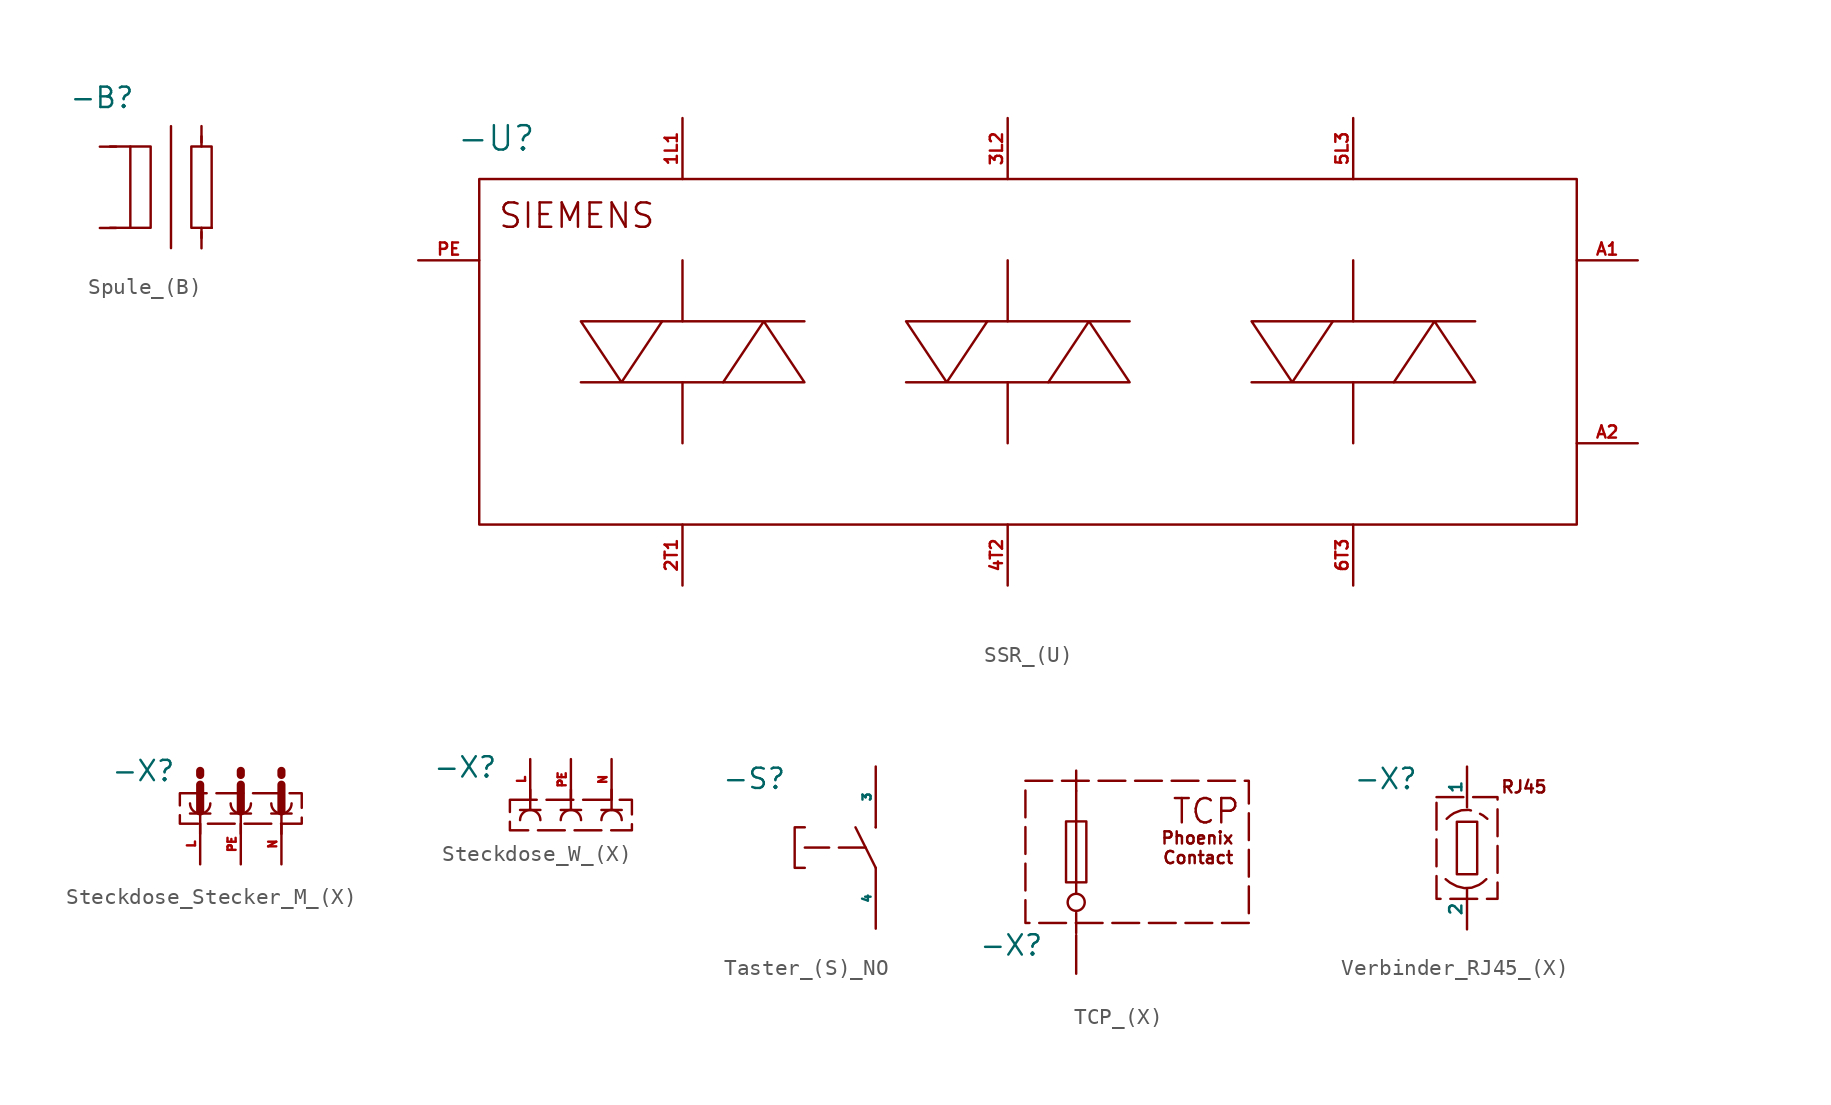
<source format=kicad_sym>
(kicad_symbol_lib
  (version 20241209)
  (generator "kicad_symbol_editor")
  (generator_version "9.0")
  (symbol "Spule_(B)"
    (property "Reference" "-B"
      (at -6.223 5.599 0)
      (effects (font (size 1.27 1.27))))
    (property "Value" ""
      (at 0 0 0)
      (effects (font (size 1.27 1.27))))
    (symbol "Spule_(B)_0_1"
      (polyline (pts (xy -1.905 3.821) (xy -1.905 -3.799)) (stroke (width 0) (type default)) (fill (type none)))
      (rectangle (start 0.635 -2.529) (end 0.635 -2.529) (stroke (width 0) (type default)) (fill (type none)))
      (rectangle (start 0.635 -2.529) (end 0.635 -2.529) (stroke (width 0) (type default)) (fill (type none))))
    (symbol "Spule_(B)_1_1"
      (rectangle (start -4.445 2.551) (end -3.175 -2.529) (stroke (width 0) (type solid)) (fill (type color) (color 0 0 0 0)))
      (polyline (pts (xy -4.445 2.551) (xy -5.715 2.551)) (stroke (width 0) (type default)) (fill (type none)))
      (polyline (pts (xy -4.445 -2.529) (xy -5.715 -2.529)) (stroke (width 0) (type default)) (fill (type none)))
      (rectangle (start -0.635 2.551) (end 0.635 -2.529) (stroke (width 0) (type solid)) (fill (type color) (color 0 0 0 0)))
      (polyline (pts (xy -0.0002 2.551) (xy -0.0002 3.186)) (stroke (width 0) (type default)) (fill (type none)))
      (polyline (pts (xy -0.0002 -2.529) (xy -0.0002 -3.164)) (stroke (width 0) (type default)) (fill (type none)))
      (pin unspecified line (at -6.35 2.54 0) (length 1.016) (name "" (effects (font (size 1.27 1.27)))) (number "" (effects (font (size 1.016 1.016)))))
      (pin unspecified line (at -6.35 -2.54 0) (length 1.016) (name "" (effects (font (size 1.27 1.27)))) (number "" (effects (font (size 1.016 1.016)))))
      (pin unspecified line (at 0 3.824 270) (length 1.016) (name "" (effects (font (size 1.27 1.27)))) (number "" (effects (font (size 1.016 1.016)))))
      (pin unspecified line (at 0 -3.81 90) (length 1.016) (name "" (effects (font (size 1.27 1.27)))) (number "" (effects (font (size 1.016 1.016)))))))
  (symbol "SSR_(U)"
    (pin_names
      (hide yes))
    (property "Reference" "-U"
      (at -29.464 12.7 0)
      (effects (font (size 1.524 1.524)) (justify right)))
    (property "Value" ""
      (at 0 0 0)
      (effects (font (size 1.27 1.27))))
    (symbol "SSR_(U)_0_1"
      (rectangle (start -33.02 10.16) (end 35.56 -11.43) (stroke (width 0) (type default)) (fill (type none)))
      (polyline (pts (xy -20.32 1.27) (xy -20.32 5.08)) (stroke (width 0) (type default)) (fill (type none)))
      (polyline (pts (xy -20.32 -2.54) (xy -20.32 -6.35)) (stroke (width 0) (type default)) (fill (type none)))
      (polyline (pts (xy 0 1.27) (xy 0 5.08)) (stroke (width 0) (type default)) (fill (type none)))
      (polyline (pts (xy 0 -2.54) (xy 0 -6.35)) (stroke (width 0) (type default)) (fill (type none)))
      (polyline (pts (xy 21.59 1.27) (xy 21.59 5.08)) (stroke (width 0) (type default)) (fill (type none)))
      (polyline (pts (xy 21.59 -2.54) (xy 21.59 -6.35)) (stroke (width 0) (type default)) (fill (type none))))
    (symbol "SSR_(U)_1_1"
      (polyline (pts (xy -17.78 -2.54) (xy -24.13 -2.54) (xy -26.67 1.27) (xy -21.59 1.27) (xy -24.13 -2.54) (xy -26.67 -2.54)) (stroke (width 0) (type solid)) (fill (type none)))
      (polyline (pts (xy -12.7 1.27) (xy -15.24 1.27) (xy -17.78 -2.54) (xy -12.7 -2.54) (xy -15.24 1.27) (xy -21.59 1.27)) (stroke (width 0) (type solid)) (fill (type none)))
      (polyline (pts (xy 2.54 -2.54) (xy -3.81 -2.54) (xy -6.35 1.27) (xy -1.27 1.27) (xy -3.81 -2.54) (xy -6.35 -2.54)) (stroke (width 0) (type solid)) (fill (type none)))
      (polyline (pts (xy 7.62 1.27) (xy 5.08 1.27) (xy 2.54 -2.54) (xy 7.62 -2.54) (xy 5.08 1.27) (xy -1.27 1.27)) (stroke (width 0) (type solid)) (fill (type none)))
      (polyline (pts (xy 24.13 -2.54) (xy 17.78 -2.54) (xy 15.24 1.27) (xy 20.32 1.27) (xy 17.78 -2.54) (xy 15.24 -2.54)) (stroke (width 0) (type solid)) (fill (type none)))
      (polyline (pts (xy 29.21 1.27) (xy 26.67 1.27) (xy 24.13 -2.54) (xy 29.21 -2.54) (xy 26.67 1.27) (xy 20.32 1.27)) (stroke (width 0) (type solid)) (fill (type none)))
      (text "SIEMENS" (at -26.924 7.874 0) (effects (font (size 1.524 1.524))))
      (pin passive line (at -36.83 5.08 0) (length 3.81) (name "PE" (effects (font (size 0.762 0.762)))) (number "PE" (effects (font (size 0.762 0.762)))))
      (pin passive line (at -20.32 13.97 270) (length 3.81) (name "1L1" (effects (font (size 0.762 0.762)))) (number "1L1" (effects (font (size 0.762 0.762)))))
      (pin passive line (at -20.32 -15.24 90) (length 3.81) (name "2T1" (effects (font (size 0.762 0.762)))) (number "2T1" (effects (font (size 0.762 0.762)))))
      (pin passive line (at 0 13.97 270) (length 3.81) (name "3L2" (effects (font (size 0.762 0.762)))) (number "3L2" (effects (font (size 0.762 0.762)))))
      (pin passive line (at 0 -15.24 90) (length 3.81) (name "4T2" (effects (font (size 0.762 0.762)))) (number "4T2" (effects (font (size 0.762 0.762)))))
      (pin passive line (at 21.59 13.97 270) (length 3.81) (name "5L3" (effects (font (size 0.762 0.762)))) (number "5L3" (effects (font (size 0.762 0.762)))))
      (pin passive line (at 21.59 -15.24 90) (length 3.81) (name "6T3" (effects (font (size 0.762 0.762)))) (number "6T3" (effects (font (size 0.762 0.762)))))
      (pin passive line (at 39.37 5.08 180) (length 3.81) (name "A1" (effects (font (size 0.762 0.762)))) (number "A1" (effects (font (size 0.762 0.762)))))
      (pin passive line (at 39.37 -6.35 180) (length 3.81) (name "A2" (effects (font (size 0.762 0.762)))) (number "A2" (effects (font (size 0.762 0.762)))))))
  (symbol "Steckdose_Stecker_M_(X)"
    (pin_names
      (offset 0)
      (hide yes))
    (property "Reference" "-X"
      (at -6.096 5.842 0)
      (effects (font (size 1.27 1.27))))
    (symbol "Steckdose_Stecker_M_(X)_0_1"
      (arc (start -1.905 3.81) (mid -2.54 3.175) (end -3.175 3.81) (stroke (width 0) (type default)) (fill (type none)))
      (polyline (pts (xy -2.54 3.175) (xy -2.54 1.905)) (stroke (width 0) (type default)) (fill (type none)))
      (polyline (pts (xy -1.905 3.175) (xy -3.175 3.175)) (stroke (width 0) (type default)) (fill (type none)))
      (arc (start 0.635 3.81) (mid 0 3.175) (end -0.635 3.81) (stroke (width 0) (type default)) (fill (type none)))
      (polyline (pts (xy 0 3.175) (xy 0 1.905)) (stroke (width 0) (type default)) (fill (type none)))
      (polyline (pts (xy 0.635 3.175) (xy -0.635 3.175)) (stroke (width 0) (type default)) (fill (type none)))
      (arc (start 3.175 3.81) (mid 2.54 3.175) (end 1.905 3.81) (stroke (width 0) (type default)) (fill (type none)))
      (polyline (pts (xy 2.54 3.175) (xy 2.54 1.905)) (stroke (width 0) (type default)) (fill (type none)))
      (polyline (pts (xy 3.175 3.175) (xy 1.905 3.175)) (stroke (width 0) (type default)) (fill (type none))))
    (symbol "Steckdose_Stecker_M_(X)_1_0"
      (pin unspecified line (at 0 6.35 270) (length 0) (hide yes) (name "PE" (effects (font (size 0.762 0.762)))) (number "PE" (effects (font (size 0.508 0.508))))))
    (symbol "Steckdose_Stecker_M_(X)_1_1"
      (rectangle (start -3.81 2.54) (end 3.81 4.445) (stroke (width 0) (type dash)) (fill (type none)))
      (polyline (pts (xy -2.54 3.302) (xy -2.54 5.842)) (stroke (width 0.508) (type solid)) (fill (type outline)))
      (polyline (pts (xy 0 3.302) (xy 0 5.842)) (stroke (width 0.508) (type solid)) (fill (type outline)))
      (polyline (pts (xy 2.54 3.302) (xy 2.54 5.842)) (stroke (width 0.508) (type solid)) (fill (type outline)))
      (pin unspecified line (at -2.54 6.35 270) (length 0) (hide yes) (name "L" (effects (font (size 0.762 0.762)))) (number "L" (effects (font (size 0.508 0.508)))))
      (pin unspecified line (at -2.54 0 90) (length 2.54) (name "L" (effects (font (size 0.762 0.762)))) (number "L" (effects (font (size 0.508 0.508)))))
      (pin unspecified line (at 0 0 90) (length 2.54) (name "PE" (effects (font (size 0.762 0.762)))) (number "PE" (effects (font (size 0.508 0.508)))))
      (pin unspecified line (at 2.54 6.35 270) (length 0) (hide yes) (name "N" (effects (font (size 0.762 0.762)))) (number "N" (effects (font (size 0.508 0.508)))))
      (pin unspecified line (at 2.54 0 90) (length 2.54) (name "N" (effects (font (size 0.762 0.762)))) (number "N" (effects (font (size 0.508 0.508)))))))
  (symbol "Steckdose_W_(X)"
    (power)
    (pin_names
      (offset 0)
      (hide yes))
    (property "Reference" "-X"
      (at -6.604 3.302 0)
      (effects (font (size 1.27 1.27))))
    (symbol "Steckdose_W_(X)_0_1"
      (polyline (pts (xy -2.54 0.635) (xy -2.54 1.905)) (stroke (width 0) (type default)) (fill (type none)))
      (arc (start -3.175 0) (mid -2.54 0.635) (end -1.905 0) (stroke (width 0) (type default)) (fill (type none)))
      (polyline (pts (xy -1.905 0.635) (xy -3.175 0.635)) (stroke (width 0) (type default)) (fill (type none)))
      (polyline (pts (xy 0 0.635) (xy 0 1.905)) (stroke (width 0) (type default)) (fill (type none)))
      (arc (start -0.635 0) (mid 0 0.635) (end 0.635 0) (stroke (width 0) (type default)) (fill (type none)))
      (polyline (pts (xy 0.635 0.635) (xy -0.635 0.635)) (stroke (width 0) (type default)) (fill (type none)))
      (polyline (pts (xy 2.54 0.635) (xy 2.54 1.905)) (stroke (width 0) (type default)) (fill (type none)))
      (arc (start 1.905 0) (mid 2.54 0.635) (end 3.175 0) (stroke (width 0) (type default)) (fill (type none)))
      (polyline (pts (xy 3.175 0.635) (xy 1.905 0.635)) (stroke (width 0) (type default)) (fill (type none))))
    (symbol "Steckdose_W_(X)_1_1"
      (rectangle (start -3.81 1.27) (end 3.81 -0.635) (stroke (width 0) (type dash)) (fill (type none)))
      (pin unspecified line (at -2.54 3.81 270) (length 2.54) (name "L" (effects (font (size 0.762 0.762)))) (number "L" (effects (font (size 0.508 0.508)))))
      (pin unspecified line (at -2.54 0 90) (length 0) (hide yes) (name "L" (effects (font (size 0.762 0.762)))) (number "L" (effects (font (size 0.508 0.508)))))
      (pin unspecified line (at 0 3.81 270) (length 2.54) (name "PE" (effects (font (size 0.762 0.762)))) (number "PE" (effects (font (size 0.508 0.508)))))
      (pin unspecified line (at 0 0 90) (length 0) (hide yes) (name "PE" (effects (font (size 0.762 0.762)))) (number "PE" (effects (font (size 0.508 0.508)))))
      (pin unspecified line (at 2.54 3.81 270) (length 2.54) (name "N" (effects (font (size 0.762 0.762)))) (number "N" (effects (font (size 0.508 0.508)))))
      (pin unspecified line (at 2.54 0 90) (length 0) (hide yes) (name "N" (effects (font (size 0.762 0.762)))) (number "N" (effects (font (size 0.508 0.508)))))))
  (symbol "Taster_(S)_NO"
    (pin_numbers
      (hide yes))
    (pin_names
      (offset 0))
    (property "Reference" "-S"
      (at -7.62 4.318 0)
      (effects (font (size 1.27 1.27))))
    (property "Value" ""
      (at 0 0 0)
      (effects (font (size 1.27 1.27))))
    (symbol "Taster_(S)_NO_0_1"
      (polyline (pts (xy 0 1.27) (xy 0 1.27)) (stroke (width 0) (type default)) (fill (type none)))
      (polyline (pts (xy 0 -1.27) (xy -1.27 1.27)) (stroke (width 0) (type default)) (fill (type none))))
    (symbol "Taster_(S)_NO_1_1"
      (polyline (pts (xy -4.445 -1.27) (xy -5.08 -1.27) (xy -5.08 1.27) (xy -4.445 1.27)) (stroke (width 0) (type default)) (fill (type none)))
      (polyline (pts (xy -0.635 0) (xy -4.445 0)) (stroke (width 0) (type dash)) (fill (type none)))
      (pin input line (at 0 5.08 270) (length 3.81) (name "3" (effects (font (size 0.508 0.508)))) (number "3" (effects (font (size 0.508 0.508)))))
      (pin output line (at 0 -5.08 90) (length 3.81) (name "4" (effects (font (size 0.508 0.508)))) (number "4" (effects (font (size 0.508 0.508)))))))
  (symbol "TCP_(X)"
    (pin_numbers
      (hide yes))
    (pin_names
      (offset 0)
      (hide yes))
    (property "Reference" "-X"
      (at -7.874 -5.842 0)
      (effects (font (size 1.27 1.27))))
    (property "Value" ""
      (at 0 0 0)
      (effects (font (size 1.27 1.27))))
    (symbol "TCP_(X)_0_1"
      (polyline (pts (xy -3.81 -5.08) (xy -3.81 -3.81)) (stroke (width 0) (type default)) (fill (type none))))
    (symbol "TCP_(X)_1_1"
      (rectangle (start -6.985 4.445) (end 6.985 -4.445) (stroke (width 0) (type dash)) (fill (type none)))
      (rectangle (start -4.445 1.905) (end -3.175 -1.905) (stroke (width 0) (type default)) (fill (type none)))
      (circle (center -3.81 -3.155) (radius 0.534) (stroke (width 0) (type default)) (fill (type none)))
      (polyline (pts (xy -3.81 3.81) (xy -3.81 -2.54)) (stroke (width 0) (type default)) (fill (type none)))
      (text "TCP" (at 4.318 2.54 0) (effects (font (size 1.524 1.524))))
      (text "Phoenix\nContact" (at 6.096 0.254 0) (effects (font (size 0.762 0.762)) (justify right)))
      (pin input line (at -3.81 5.08 270) (length 1.27) (name "" (effects (font (size 0.762 0.762)))) (number "" (effects (font (size 0.508 0.508)))))
      (pin output line (at -3.81 -7.62 90) (length 2.413) (name "." (effects (font (size 0.762 0.762)))) (number "" (effects (font (size 0.508 0.508)))))))
  (symbol "Verbinder_RJ45_(X)"
    (pin_numbers
      (hide yes))
    (pin_names
      (offset 0))
    (property "Reference" "-X"
      (at -5.08 4.318 0)
      (effects (font (size 1.27 1.27))))
    (property "Value" ""
      (at 0 0 0)
      (effects (font (size 1.27 1.27))))
    (symbol "Verbinder_RJ45_(X)_1_1"
      (rectangle (start -1.905 3.175) (end 1.905 -3.175) (stroke (width 0) (type dash)) (fill (type none)))
      (bezier (pts (xy -1.271 1.821) (xy -0.001 3.091) (xy 1.269 1.821) (xy 1.269 1.821)) (stroke (width 0) (type default)) (fill (type none)))
      (rectangle (start -0.635 1.638) (end 0.635 -1.638) (stroke (width 0) (type solid)) (fill (type color) (color 0 0 0 0)))
      (bezier (pts (xy 1.206 -1.947) (xy -0.064 -3.217) (xy -1.334 -1.947) (xy -1.334 -1.947)) (stroke (width 0) (type default)) (fill (type none)))
      (text "RJ45" (at 3.556 3.81 0) (effects (font (size 0.762 0.762))))
      (pin bidirectional line (at 0 5.08 270) (length 2.54) (name "1" (effects (font (size 0.762 0.762)))) (number "1" (effects (font (size 0.508 0.508)))))
      (pin bidirectional line (at 0 -5.08 90) (length 2.54) (name "2" (effects (font (size 0.762 0.762)))) (number "2" (effects (font (size 0.508 0.508))))))))
</source>
